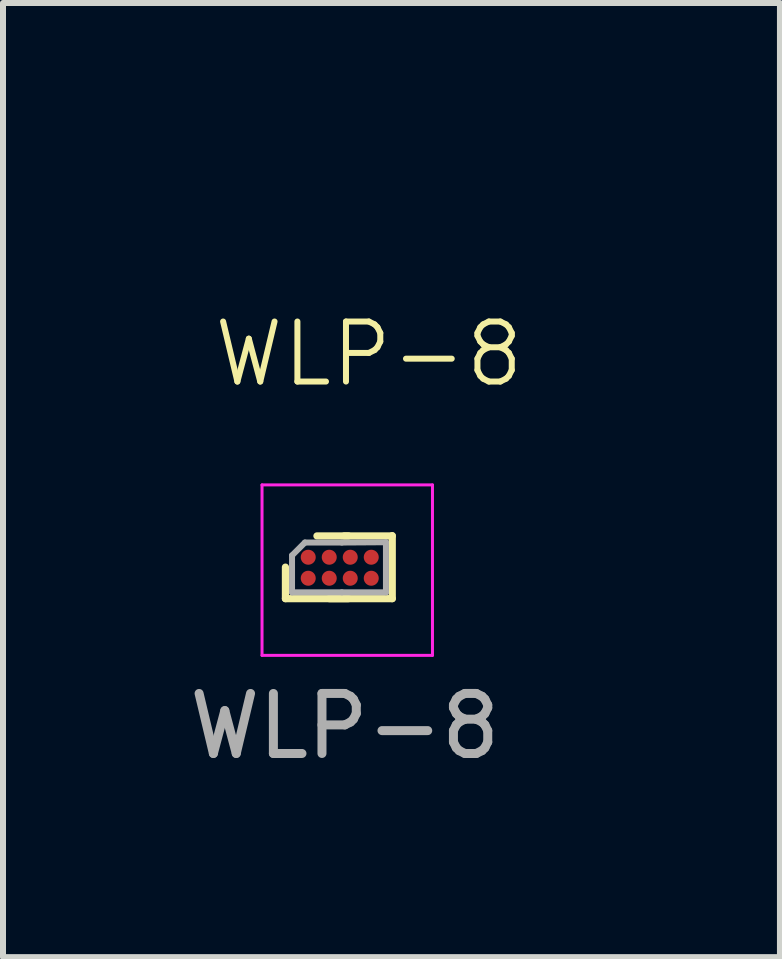
<source format=kicad_pcb>
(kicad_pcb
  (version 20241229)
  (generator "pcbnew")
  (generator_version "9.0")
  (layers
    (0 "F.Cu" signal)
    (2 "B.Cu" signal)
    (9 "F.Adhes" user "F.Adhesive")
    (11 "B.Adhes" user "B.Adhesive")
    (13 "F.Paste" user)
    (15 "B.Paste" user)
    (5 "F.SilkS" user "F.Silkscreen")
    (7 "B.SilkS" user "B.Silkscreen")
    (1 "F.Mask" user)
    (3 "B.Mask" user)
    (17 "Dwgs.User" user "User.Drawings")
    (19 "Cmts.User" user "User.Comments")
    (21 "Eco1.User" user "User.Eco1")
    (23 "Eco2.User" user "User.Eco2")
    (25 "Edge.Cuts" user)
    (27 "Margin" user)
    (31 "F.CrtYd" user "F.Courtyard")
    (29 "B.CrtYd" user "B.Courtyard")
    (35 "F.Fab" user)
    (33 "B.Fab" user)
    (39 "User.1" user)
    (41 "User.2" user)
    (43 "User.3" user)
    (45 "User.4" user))
  (footprint "WLP-8"
    (layer "F.Cu")
    (at 6.696 0.25)
    (property "Reference" "WLP-8" (at -3.6 2.6 0) (unlocked yes) (layer "F.SilkS") (effects (font (size 1 1) (thickness 0.1))))
    (attr smd)
    (fp_line (start -4.99 6.15) (end -4.99 6.675) (stroke (width 0.12) (type solid)) (layer "F.SilkS"))
    (fp_line (start -4.99 6.675) (end -3.94 6.675) (stroke (width 0.12) (type solid)) (layer "F.SilkS"))
    (fp_line (start -4.26 6.675) (end -3.21 6.675) (stroke (width 0.12) (type solid)) (layer "F.SilkS"))
    (fp_line (start -3.94 5.63) (end -4.465 5.63) (stroke (width 0.12) (type solid)) (layer "F.SilkS"))
    (fp_line (start -3.21 5.63) (end -4.01 5.63) (stroke (width 0.12) (type solid)) (layer "F.SilkS"))
    (fp_line (start -3.21 6.675) (end -3.21 5.625) (stroke (width 0.12) (type solid)) (layer "F.SilkS"))
    (fp_line (start -5.38 4.78) (end -2.54 4.78) (stroke (width 0.05) (type solid)) (layer "F.CrtYd"))
    (fp_line (start -5.38 7.62) (end -5.38 4.78) (stroke (width 0.05) (type solid)) (layer "F.CrtYd"))
    (fp_line (start -2.54 4.78) (end -2.54 7.62) (stroke (width 0.05) (type solid)) (layer "F.CrtYd"))
    (fp_line (start -2.54 7.62) (end -5.38 7.62) (stroke (width 0.05) (type solid)) (layer "F.CrtYd"))
    (fp_line (start -4.88 5.955) (end -4.88 6.57) (stroke (width 0.1) (type solid)) (layer "F.Fab"))
    (fp_line (start -4.665 5.74) (end -4.88 5.955) (stroke (width 0.1) (type solid)) (layer "F.Fab"))
    (fp_line (start -4.05 5.74) (end -4.665 5.74) (stroke (width 0.1) (type solid)) (layer "F.Fab"))
    (fp_line (start -4.05 6.57) (end -4.88 6.57) (stroke (width 0.1) (type solid)) (layer "F.Fab"))
    (fp_line (start -3.315 5.735) (end -4.05 5.74) (stroke (width 0.1) (type solid)) (layer "F.Fab"))
    (fp_line (start -3.315 5.735) (end -3.315 6.57) (stroke (width 0.1) (type solid)) (layer "F.Fab"))
    (fp_line (start -3.315 6.57) (end -4.05 6.57) (stroke (width 0.1) (type solid)) (layer "F.Fab"))
    (fp_text user "${REFERENCE}" (at -4 8.8 0) (unlocked yes) (layer "F.Fab") (effects (font (size 1 1) (thickness 0.15))))
    (pad "A1" smd circle (at -4.61 5.985) (size 0.25 0.25) (layers "F.Cu" "F.Mask" "F.Paste"))
    (pad "A2" smd circle (at -4.26 5.985) (size 0.25 0.25) (layers "F.Cu" "F.Mask" "F.Paste"))
    (pad "A3" smd circle (at -3.91 5.985) (size 0.25 0.25) (layers "F.Cu" "F.Mask" "F.Paste"))
    (pad "A4" smd circle (at -3.56 5.985) (size 0.25 0.25) (layers "F.Cu" "F.Mask" "F.Paste"))
    (pad "B1" smd circle (at -4.61 6.335) (size 0.25 0.25) (layers "F.Cu" "F.Mask" "F.Paste"))
    (pad "B2" smd circle (at -4.26 6.335) (size 0.25 0.25) (layers "F.Cu" "F.Mask" "F.Paste"))
    (pad "B3" smd circle (at -3.91 6.335) (size 0.25 0.25) (layers "F.Cu" "F.Mask" "F.Paste"))
    (pad "B4" smd circle (at -3.56 6.335) (size 0.25 0.25) (layers "F.Cu" "F.Mask" "F.Paste")))
  (gr_rect
    (start -3 -3)
    (end 9.946 12.898)
    (stroke (width 0.1) (type default))
    (fill no)
    (layer "Edge.Cuts")))
</source>
